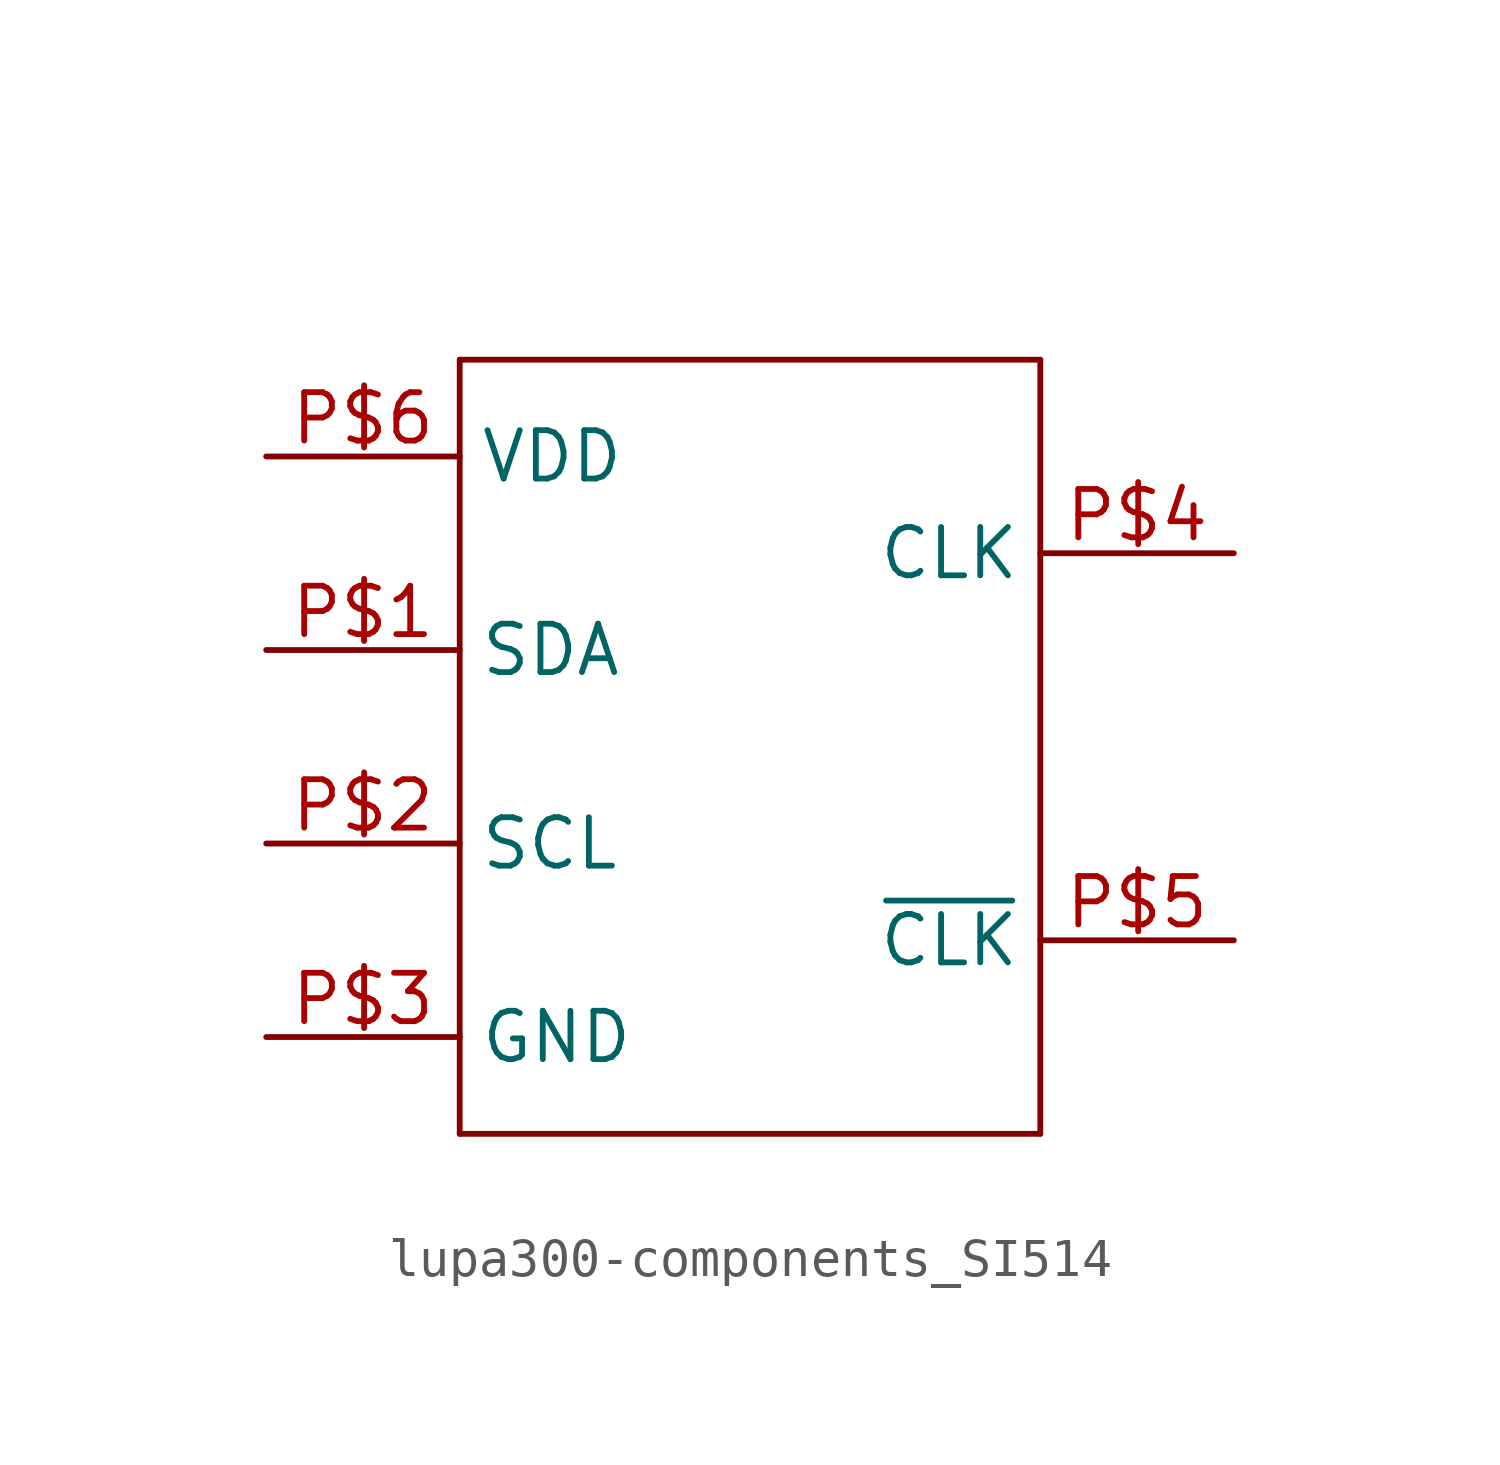
<source format=kicad_sym>
(kicad_symbol_lib
  (version 20231120)
  (generator "kicad_symbol_editor")
  (generator_version "8.0")
  (symbol "lupa300-components_SI514"
    (property "Reference" ""
      (at -10.16 12.7 0)
      (effects (font (size 1.778 1.511)) (justify left bottom) (hide yes)))
    (property "Value" ""
      (at 2.54 12.7 0)
      (effects (font (size 1.778 1.511)) (justify left bottom)))
    (property "ki_locked" ""
      (at 0 0 0)
      (effects (font (size 1.27 1.27))))
    (symbol "lupa300-components_SI514_1_0"
      (polyline (pts (xy -7.62 -10.16) (xy -7.62 10.16)) (stroke (width 0.152) (type solid)) (fill (type none)))
      (polyline (pts (xy -7.62 10.16) (xy 7.62 10.16)) (stroke (width 0.152) (type solid)) (fill (type none)))
      (polyline (pts (xy 7.62 -10.16) (xy -7.62 -10.16)) (stroke (width 0.152) (type solid)) (fill (type none)))
      (polyline (pts (xy 7.62 10.16) (xy 7.62 -10.16)) (stroke (width 0.152) (type solid)) (fill (type none)))
      (pin bidirectional line (at -12.7 2.54 0) (length 5.08) (name "SDA" (effects (font (size 1.27 1.27)))) (number "P$1" (effects (font (size 1.27 1.27)))))
      (pin bidirectional line (at -12.7 -2.54 0) (length 5.08) (name "SCL" (effects (font (size 1.27 1.27)))) (number "P$2" (effects (font (size 1.27 1.27)))))
      (pin bidirectional line (at -12.7 -7.62 0) (length 5.08) (name "GND" (effects (font (size 1.27 1.27)))) (number "P$3" (effects (font (size 1.27 1.27)))))
      (pin bidirectional line (at 12.7 5.08 180) (length 5.08) (name "CLK" (effects (font (size 1.27 1.27)))) (number "P$4" (effects (font (size 1.27 1.27)))))
      (pin bidirectional line (at 12.7 -5.08 180) (length 5.08) (name "~{CLK}" (effects (font (size 1.27 1.27)))) (number "P$5" (effects (font (size 1.27 1.27)))))
      (pin bidirectional line (at -12.7 7.62 0) (length 5.08) (name "VDD" (effects (font (size 1.27 1.27)))) (number "P$6" (effects (font (size 1.27 1.27))))))))
</source>
